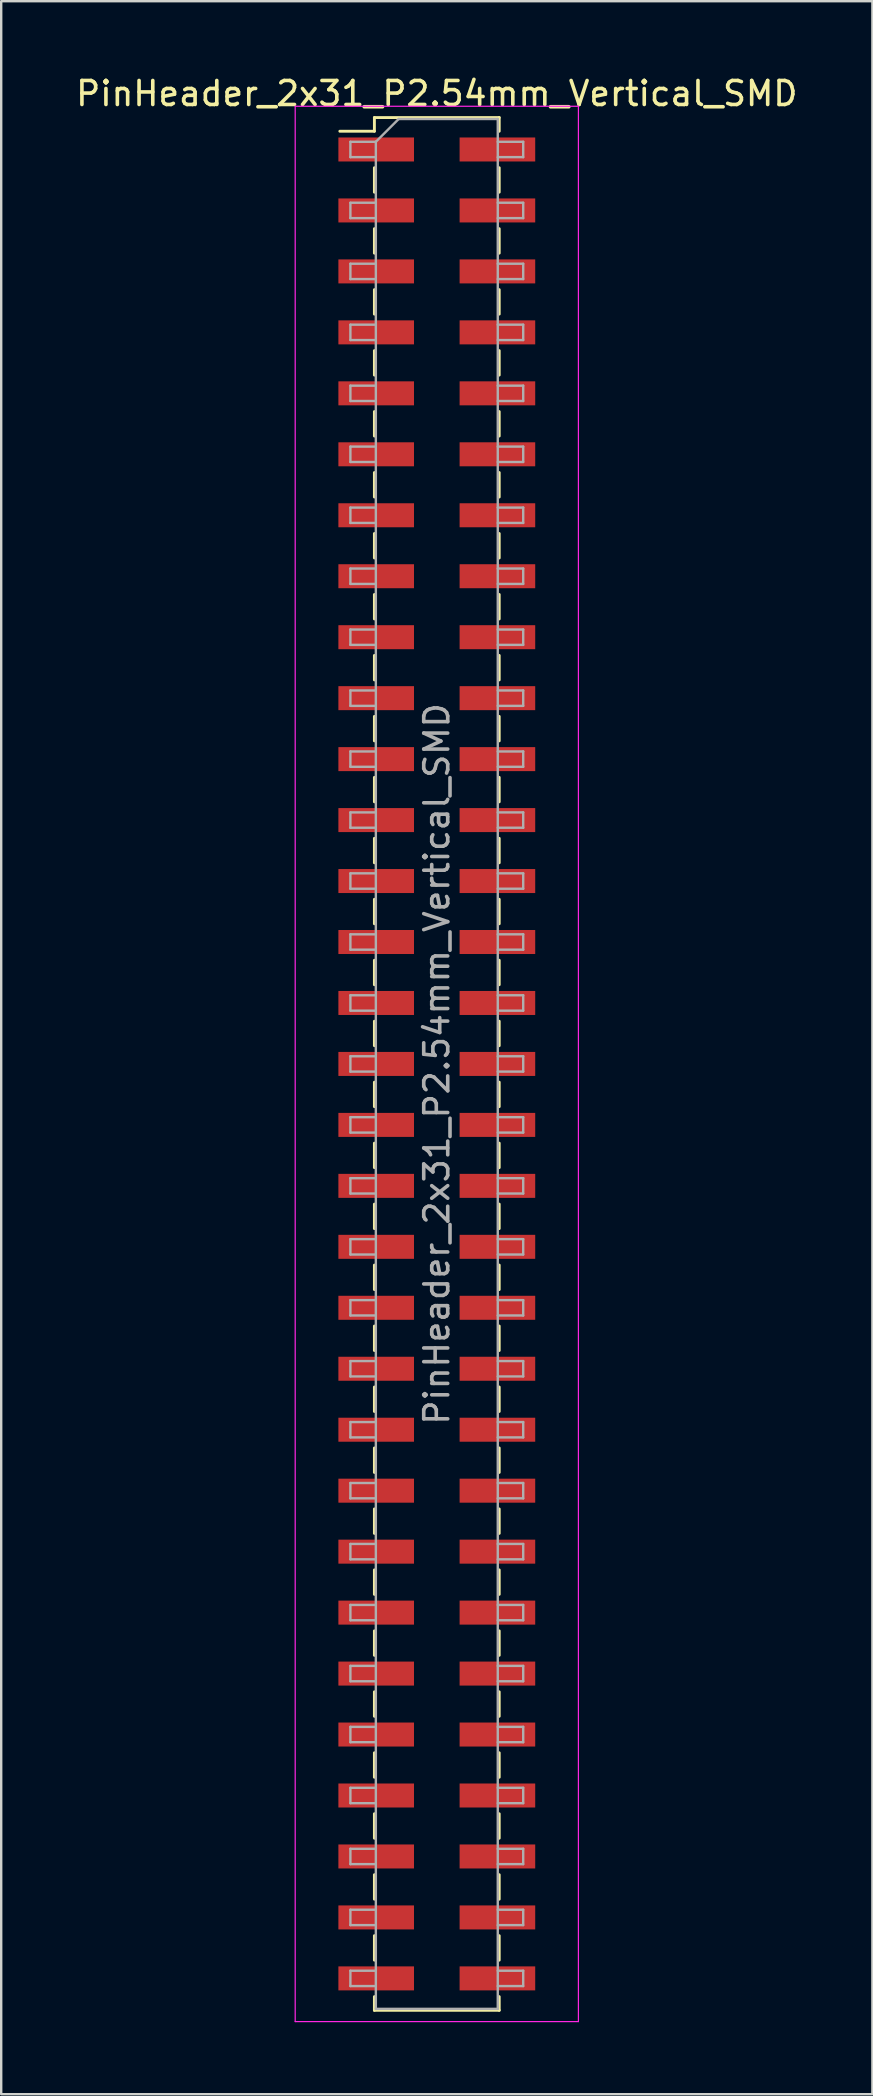
<source format=kicad_pcb>
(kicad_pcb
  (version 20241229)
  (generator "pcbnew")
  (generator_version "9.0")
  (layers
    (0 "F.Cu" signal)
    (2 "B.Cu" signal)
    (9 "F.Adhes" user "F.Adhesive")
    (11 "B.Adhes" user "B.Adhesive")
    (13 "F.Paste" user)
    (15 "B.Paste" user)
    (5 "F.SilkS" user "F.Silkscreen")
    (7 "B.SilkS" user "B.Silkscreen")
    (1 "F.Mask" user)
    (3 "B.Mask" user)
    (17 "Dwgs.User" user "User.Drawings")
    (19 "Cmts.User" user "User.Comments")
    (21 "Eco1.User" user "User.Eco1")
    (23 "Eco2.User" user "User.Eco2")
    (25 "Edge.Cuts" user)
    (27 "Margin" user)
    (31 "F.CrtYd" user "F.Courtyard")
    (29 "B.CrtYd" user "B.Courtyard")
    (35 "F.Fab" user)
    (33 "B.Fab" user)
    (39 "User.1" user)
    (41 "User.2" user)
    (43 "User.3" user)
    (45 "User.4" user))
  (footprint "PinHeader_2x31_P2.54mm_Vertical_SMD"
    (layer "F.Cu")
    (at 15.149 41.278)
    (property "Reference" "PinHeader_2x31_P2.54mm_Vertical_SMD" (at 0 -40.43 0) (layer "F.SilkS") (effects (font (size 1 1) (thickness 0.15))))
    (attr smd)
    (fp_line (start -4.04 -38.86) (end -2.6 -38.86) (stroke (width 0.12) (type solid)) (layer "F.SilkS"))
    (fp_line (start -2.6 -39.43) (end -2.6 -38.86) (stroke (width 0.12) (type solid)) (layer "F.SilkS"))
    (fp_line (start -2.6 -39.43) (end 2.6 -39.43) (stroke (width 0.12) (type solid)) (layer "F.SilkS"))
    (fp_line (start -2.6 -37.34) (end -2.6 -36.32) (stroke (width 0.12) (type solid)) (layer "F.SilkS"))
    (fp_line (start -2.6 -34.8) (end -2.6 -33.78) (stroke (width 0.12) (type solid)) (layer "F.SilkS"))
    (fp_line (start -2.6 -32.26) (end -2.6 -31.24) (stroke (width 0.12) (type solid)) (layer "F.SilkS"))
    (fp_line (start -2.6 -29.72) (end -2.6 -28.7) (stroke (width 0.12) (type solid)) (layer "F.SilkS"))
    (fp_line (start -2.6 -27.18) (end -2.6 -26.16) (stroke (width 0.12) (type solid)) (layer "F.SilkS"))
    (fp_line (start -2.6 -24.64) (end -2.6 -23.62) (stroke (width 0.12) (type solid)) (layer "F.SilkS"))
    (fp_line (start -2.6 -22.1) (end -2.6 -21.08) (stroke (width 0.12) (type solid)) (layer "F.SilkS"))
    (fp_line (start -2.6 -19.56) (end -2.6 -18.54) (stroke (width 0.12) (type solid)) (layer "F.SilkS"))
    (fp_line (start -2.6 -17.02) (end -2.6 -16) (stroke (width 0.12) (type solid)) (layer "F.SilkS"))
    (fp_line (start -2.6 -14.48) (end -2.6 -13.46) (stroke (width 0.12) (type solid)) (layer "F.SilkS"))
    (fp_line (start -2.6 -11.94) (end -2.6 -10.92) (stroke (width 0.12) (type solid)) (layer "F.SilkS"))
    (fp_line (start -2.6 -9.4) (end -2.6 -8.38) (stroke (width 0.12) (type solid)) (layer "F.SilkS"))
    (fp_line (start -2.6 -6.86) (end -2.6 -5.84) (stroke (width 0.12) (type solid)) (layer "F.SilkS"))
    (fp_line (start -2.6 -4.32) (end -2.6 -3.3) (stroke (width 0.12) (type solid)) (layer "F.SilkS"))
    (fp_line (start -2.6 -1.78) (end -2.6 -0.76) (stroke (width 0.12) (type solid)) (layer "F.SilkS"))
    (fp_line (start -2.6 0.76) (end -2.6 1.78) (stroke (width 0.12) (type solid)) (layer "F.SilkS"))
    (fp_line (start -2.6 3.3) (end -2.6 4.32) (stroke (width 0.12) (type solid)) (layer "F.SilkS"))
    (fp_line (start -2.6 5.84) (end -2.6 6.86) (stroke (width 0.12) (type solid)) (layer "F.SilkS"))
    (fp_line (start -2.6 8.38) (end -2.6 9.4) (stroke (width 0.12) (type solid)) (layer "F.SilkS"))
    (fp_line (start -2.6 10.92) (end -2.6 11.94) (stroke (width 0.12) (type solid)) (layer "F.SilkS"))
    (fp_line (start -2.6 13.46) (end -2.6 14.48) (stroke (width 0.12) (type solid)) (layer "F.SilkS"))
    (fp_line (start -2.6 16) (end -2.6 17.02) (stroke (width 0.12) (type solid)) (layer "F.SilkS"))
    (fp_line (start -2.6 18.54) (end -2.6 19.56) (stroke (width 0.12) (type solid)) (layer "F.SilkS"))
    (fp_line (start -2.6 21.08) (end -2.6 22.1) (stroke (width 0.12) (type solid)) (layer "F.SilkS"))
    (fp_line (start -2.6 23.62) (end -2.6 24.64) (stroke (width 0.12) (type solid)) (layer "F.SilkS"))
    (fp_line (start -2.6 26.16) (end -2.6 27.18) (stroke (width 0.12) (type solid)) (layer "F.SilkS"))
    (fp_line (start -2.6 28.7) (end -2.6 29.72) (stroke (width 0.12) (type solid)) (layer "F.SilkS"))
    (fp_line (start -2.6 31.24) (end -2.6 32.26) (stroke (width 0.12) (type solid)) (layer "F.SilkS"))
    (fp_line (start -2.6 33.78) (end -2.6 34.8) (stroke (width 0.12) (type solid)) (layer "F.SilkS"))
    (fp_line (start -2.6 36.32) (end -2.6 37.34) (stroke (width 0.12) (type solid)) (layer "F.SilkS"))
    (fp_line (start -2.6 38.86) (end -2.6 39.43) (stroke (width 0.12) (type solid)) (layer "F.SilkS"))
    (fp_line (start -2.6 39.43) (end 2.6 39.43) (stroke (width 0.12) (type solid)) (layer "F.SilkS"))
    (fp_line (start 2.6 -39.43) (end 2.6 -38.86) (stroke (width 0.12) (type solid)) (layer "F.SilkS"))
    (fp_line (start 2.6 -37.34) (end 2.6 -36.32) (stroke (width 0.12) (type solid)) (layer "F.SilkS"))
    (fp_line (start 2.6 -34.8) (end 2.6 -33.78) (stroke (width 0.12) (type solid)) (layer "F.SilkS"))
    (fp_line (start 2.6 -32.26) (end 2.6 -31.24) (stroke (width 0.12) (type solid)) (layer "F.SilkS"))
    (fp_line (start 2.6 -29.72) (end 2.6 -28.7) (stroke (width 0.12) (type solid)) (layer "F.SilkS"))
    (fp_line (start 2.6 -27.18) (end 2.6 -26.16) (stroke (width 0.12) (type solid)) (layer "F.SilkS"))
    (fp_line (start 2.6 -24.64) (end 2.6 -23.62) (stroke (width 0.12) (type solid)) (layer "F.SilkS"))
    (fp_line (start 2.6 -22.1) (end 2.6 -21.08) (stroke (width 0.12) (type solid)) (layer "F.SilkS"))
    (fp_line (start 2.6 -19.56) (end 2.6 -18.54) (stroke (width 0.12) (type solid)) (layer "F.SilkS"))
    (fp_line (start 2.6 -17.02) (end 2.6 -16) (stroke (width 0.12) (type solid)) (layer "F.SilkS"))
    (fp_line (start 2.6 -14.48) (end 2.6 -13.46) (stroke (width 0.12) (type solid)) (layer "F.SilkS"))
    (fp_line (start 2.6 -11.94) (end 2.6 -10.92) (stroke (width 0.12) (type solid)) (layer "F.SilkS"))
    (fp_line (start 2.6 -9.4) (end 2.6 -8.38) (stroke (width 0.12) (type solid)) (layer "F.SilkS"))
    (fp_line (start 2.6 -6.86) (end 2.6 -5.84) (stroke (width 0.12) (type solid)) (layer "F.SilkS"))
    (fp_line (start 2.6 -4.32) (end 2.6 -3.3) (stroke (width 0.12) (type solid)) (layer "F.SilkS"))
    (fp_line (start 2.6 -1.78) (end 2.6 -0.76) (stroke (width 0.12) (type solid)) (layer "F.SilkS"))
    (fp_line (start 2.6 0.76) (end 2.6 1.78) (stroke (width 0.12) (type solid)) (layer "F.SilkS"))
    (fp_line (start 2.6 3.3) (end 2.6 4.32) (stroke (width 0.12) (type solid)) (layer "F.SilkS"))
    (fp_line (start 2.6 5.84) (end 2.6 6.86) (stroke (width 0.12) (type solid)) (layer "F.SilkS"))
    (fp_line (start 2.6 8.38) (end 2.6 9.4) (stroke (width 0.12) (type solid)) (layer "F.SilkS"))
    (fp_line (start 2.6 10.92) (end 2.6 11.94) (stroke (width 0.12) (type solid)) (layer "F.SilkS"))
    (fp_line (start 2.6 13.46) (end 2.6 14.48) (stroke (width 0.12) (type solid)) (layer "F.SilkS"))
    (fp_line (start 2.6 16) (end 2.6 17.02) (stroke (width 0.12) (type solid)) (layer "F.SilkS"))
    (fp_line (start 2.6 18.54) (end 2.6 19.56) (stroke (width 0.12) (type solid)) (layer "F.SilkS"))
    (fp_line (start 2.6 21.08) (end 2.6 22.1) (stroke (width 0.12) (type solid)) (layer "F.SilkS"))
    (fp_line (start 2.6 23.62) (end 2.6 24.64) (stroke (width 0.12) (type solid)) (layer "F.SilkS"))
    (fp_line (start 2.6 26.16) (end 2.6 27.18) (stroke (width 0.12) (type solid)) (layer "F.SilkS"))
    (fp_line (start 2.6 28.7) (end 2.6 29.72) (stroke (width 0.12) (type solid)) (layer "F.SilkS"))
    (fp_line (start 2.6 31.24) (end 2.6 32.26) (stroke (width 0.12) (type solid)) (layer "F.SilkS"))
    (fp_line (start 2.6 33.78) (end 2.6 34.8) (stroke (width 0.12) (type solid)) (layer "F.SilkS"))
    (fp_line (start 2.6 36.32) (end 2.6 37.34) (stroke (width 0.12) (type solid)) (layer "F.SilkS"))
    (fp_line (start 2.6 38.86) (end 2.6 39.43) (stroke (width 0.12) (type solid)) (layer "F.SilkS"))
    (fp_line (start -5.9 -39.9) (end -5.9 39.9) (stroke (width 0.05) (type solid)) (layer "F.CrtYd"))
    (fp_line (start -5.9 39.9) (end 5.9 39.9) (stroke (width 0.05) (type solid)) (layer "F.CrtYd"))
    (fp_line (start 5.9 -39.9) (end -5.9 -39.9) (stroke (width 0.05) (type solid)) (layer "F.CrtYd"))
    (fp_line (start 5.9 39.9) (end 5.9 -39.9) (stroke (width 0.05) (type solid)) (layer "F.CrtYd"))
    (fp_line (start -3.6 -38.42) (end -3.6 -37.78) (stroke (width 0.1) (type solid)) (layer "F.Fab"))
    (fp_line (start -3.6 -37.78) (end -2.54 -37.78) (stroke (width 0.1) (type solid)) (layer "F.Fab"))
    (fp_line (start -3.6 -35.88) (end -3.6 -35.24) (stroke (width 0.1) (type solid)) (layer "F.Fab"))
    (fp_line (start -3.6 -35.24) (end -2.54 -35.24) (stroke (width 0.1) (type solid)) (layer "F.Fab"))
    (fp_line (start -3.6 -33.34) (end -3.6 -32.7) (stroke (width 0.1) (type solid)) (layer "F.Fab"))
    (fp_line (start -3.6 -32.7) (end -2.54 -32.7) (stroke (width 0.1) (type solid)) (layer "F.Fab"))
    (fp_line (start -3.6 -30.8) (end -3.6 -30.16) (stroke (width 0.1) (type solid)) (layer "F.Fab"))
    (fp_line (start -3.6 -30.16) (end -2.54 -30.16) (stroke (width 0.1) (type solid)) (layer "F.Fab"))
    (fp_line (start -3.6 -28.26) (end -3.6 -27.62) (stroke (width 0.1) (type solid)) (layer "F.Fab"))
    (fp_line (start -3.6 -27.62) (end -2.54 -27.62) (stroke (width 0.1) (type solid)) (layer "F.Fab"))
    (fp_line (start -3.6 -25.72) (end -3.6 -25.08) (stroke (width 0.1) (type solid)) (layer "F.Fab"))
    (fp_line (start -3.6 -25.08) (end -2.54 -25.08) (stroke (width 0.1) (type solid)) (layer "F.Fab"))
    (fp_line (start -3.6 -23.18) (end -3.6 -22.54) (stroke (width 0.1) (type solid)) (layer "F.Fab"))
    (fp_line (start -3.6 -22.54) (end -2.54 -22.54) (stroke (width 0.1) (type solid)) (layer "F.Fab"))
    (fp_line (start -3.6 -20.64) (end -3.6 -20) (stroke (width 0.1) (type solid)) (layer "F.Fab"))
    (fp_line (start -3.6 -20) (end -2.54 -20) (stroke (width 0.1) (type solid)) (layer "F.Fab"))
    (fp_line (start -3.6 -18.1) (end -3.6 -17.46) (stroke (width 0.1) (type solid)) (layer "F.Fab"))
    (fp_line (start -3.6 -17.46) (end -2.54 -17.46) (stroke (width 0.1) (type solid)) (layer "F.Fab"))
    (fp_line (start -3.6 -15.56) (end -3.6 -14.92) (stroke (width 0.1) (type solid)) (layer "F.Fab"))
    (fp_line (start -3.6 -14.92) (end -2.54 -14.92) (stroke (width 0.1) (type solid)) (layer "F.Fab"))
    (fp_line (start -3.6 -13.02) (end -3.6 -12.38) (stroke (width 0.1) (type solid)) (layer "F.Fab"))
    (fp_line (start -3.6 -12.38) (end -2.54 -12.38) (stroke (width 0.1) (type solid)) (layer "F.Fab"))
    (fp_line (start -3.6 -10.48) (end -3.6 -9.84) (stroke (width 0.1) (type solid)) (layer "F.Fab"))
    (fp_line (start -3.6 -9.84) (end -2.54 -9.84) (stroke (width 0.1) (type solid)) (layer "F.Fab"))
    (fp_line (start -3.6 -7.94) (end -3.6 -7.3) (stroke (width 0.1) (type solid)) (layer "F.Fab"))
    (fp_line (start -3.6 -7.3) (end -2.54 -7.3) (stroke (width 0.1) (type solid)) (layer "F.Fab"))
    (fp_line (start -3.6 -5.4) (end -3.6 -4.76) (stroke (width 0.1) (type solid)) (layer "F.Fab"))
    (fp_line (start -3.6 -4.76) (end -2.54 -4.76) (stroke (width 0.1) (type solid)) (layer "F.Fab"))
    (fp_line (start -3.6 -2.86) (end -3.6 -2.22) (stroke (width 0.1) (type solid)) (layer "F.Fab"))
    (fp_line (start -3.6 -2.22) (end -2.54 -2.22) (stroke (width 0.1) (type solid)) (layer "F.Fab"))
    (fp_line (start -3.6 -0.32) (end -3.6 0.32) (stroke (width 0.1) (type solid)) (layer "F.Fab"))
    (fp_line (start -3.6 0.32) (end -2.54 0.32) (stroke (width 0.1) (type solid)) (layer "F.Fab"))
    (fp_line (start -3.6 2.22) (end -3.6 2.86) (stroke (width 0.1) (type solid)) (layer "F.Fab"))
    (fp_line (start -3.6 2.86) (end -2.54 2.86) (stroke (width 0.1) (type solid)) (layer "F.Fab"))
    (fp_line (start -3.6 4.76) (end -3.6 5.4) (stroke (width 0.1) (type solid)) (layer "F.Fab"))
    (fp_line (start -3.6 5.4) (end -2.54 5.4) (stroke (width 0.1) (type solid)) (layer "F.Fab"))
    (fp_line (start -3.6 7.3) (end -3.6 7.94) (stroke (width 0.1) (type solid)) (layer "F.Fab"))
    (fp_line (start -3.6 7.94) (end -2.54 7.94) (stroke (width 0.1) (type solid)) (layer "F.Fab"))
    (fp_line (start -3.6 9.84) (end -3.6 10.48) (stroke (width 0.1) (type solid)) (layer "F.Fab"))
    (fp_line (start -3.6 10.48) (end -2.54 10.48) (stroke (width 0.1) (type solid)) (layer "F.Fab"))
    (fp_line (start -3.6 12.38) (end -3.6 13.02) (stroke (width 0.1) (type solid)) (layer "F.Fab"))
    (fp_line (start -3.6 13.02) (end -2.54 13.02) (stroke (width 0.1) (type solid)) (layer "F.Fab"))
    (fp_line (start -3.6 14.92) (end -3.6 15.56) (stroke (width 0.1) (type solid)) (layer "F.Fab"))
    (fp_line (start -3.6 15.56) (end -2.54 15.56) (stroke (width 0.1) (type solid)) (layer "F.Fab"))
    (fp_line (start -3.6 17.46) (end -3.6 18.1) (stroke (width 0.1) (type solid)) (layer "F.Fab"))
    (fp_line (start -3.6 18.1) (end -2.54 18.1) (stroke (width 0.1) (type solid)) (layer "F.Fab"))
    (fp_line (start -3.6 20) (end -3.6 20.64) (stroke (width 0.1) (type solid)) (layer "F.Fab"))
    (fp_line (start -3.6 20.64) (end -2.54 20.64) (stroke (width 0.1) (type solid)) (layer "F.Fab"))
    (fp_line (start -3.6 22.54) (end -3.6 23.18) (stroke (width 0.1) (type solid)) (layer "F.Fab"))
    (fp_line (start -3.6 23.18) (end -2.54 23.18) (stroke (width 0.1) (type solid)) (layer "F.Fab"))
    (fp_line (start -3.6 25.08) (end -3.6 25.72) (stroke (width 0.1) (type solid)) (layer "F.Fab"))
    (fp_line (start -3.6 25.72) (end -2.54 25.72) (stroke (width 0.1) (type solid)) (layer "F.Fab"))
    (fp_line (start -3.6 27.62) (end -3.6 28.26) (stroke (width 0.1) (type solid)) (layer "F.Fab"))
    (fp_line (start -3.6 28.26) (end -2.54 28.26) (stroke (width 0.1) (type solid)) (layer "F.Fab"))
    (fp_line (start -3.6 30.16) (end -3.6 30.8) (stroke (width 0.1) (type solid)) (layer "F.Fab"))
    (fp_line (start -3.6 30.8) (end -2.54 30.8) (stroke (width 0.1) (type solid)) (layer "F.Fab"))
    (fp_line (start -3.6 32.7) (end -3.6 33.34) (stroke (width 0.1) (type solid)) (layer "F.Fab"))
    (fp_line (start -3.6 33.34) (end -2.54 33.34) (stroke (width 0.1) (type solid)) (layer "F.Fab"))
    (fp_line (start -3.6 35.24) (end -3.6 35.88) (stroke (width 0.1) (type solid)) (layer "F.Fab"))
    (fp_line (start -3.6 35.88) (end -2.54 35.88) (stroke (width 0.1) (type solid)) (layer "F.Fab"))
    (fp_line (start -3.6 37.78) (end -3.6 38.42) (stroke (width 0.1) (type solid)) (layer "F.Fab"))
    (fp_line (start -3.6 38.42) (end -2.54 38.42) (stroke (width 0.1) (type solid)) (layer "F.Fab"))
    (fp_line (start -2.54 -38.42) (end -3.6 -38.42) (stroke (width 0.1) (type solid)) (layer "F.Fab"))
    (fp_line (start -2.54 -38.42) (end -1.59 -39.37) (stroke (width 0.1) (type solid)) (layer "F.Fab"))
    (fp_line (start -2.54 -35.88) (end -3.6 -35.88) (stroke (width 0.1) (type solid)) (layer "F.Fab"))
    (fp_line (start -2.54 -33.34) (end -3.6 -33.34) (stroke (width 0.1) (type solid)) (layer "F.Fab"))
    (fp_line (start -2.54 -30.8) (end -3.6 -30.8) (stroke (width 0.1) (type solid)) (layer "F.Fab"))
    (fp_line (start -2.54 -28.26) (end -3.6 -28.26) (stroke (width 0.1) (type solid)) (layer "F.Fab"))
    (fp_line (start -2.54 -25.72) (end -3.6 -25.72) (stroke (width 0.1) (type solid)) (layer "F.Fab"))
    (fp_line (start -2.54 -23.18) (end -3.6 -23.18) (stroke (width 0.1) (type solid)) (layer "F.Fab"))
    (fp_line (start -2.54 -20.64) (end -3.6 -20.64) (stroke (width 0.1) (type solid)) (layer "F.Fab"))
    (fp_line (start -2.54 -18.1) (end -3.6 -18.1) (stroke (width 0.1) (type solid)) (layer "F.Fab"))
    (fp_line (start -2.54 -15.56) (end -3.6 -15.56) (stroke (width 0.1) (type solid)) (layer "F.Fab"))
    (fp_line (start -2.54 -13.02) (end -3.6 -13.02) (stroke (width 0.1) (type solid)) (layer "F.Fab"))
    (fp_line (start -2.54 -10.48) (end -3.6 -10.48) (stroke (width 0.1) (type solid)) (layer "F.Fab"))
    (fp_line (start -2.54 -7.94) (end -3.6 -7.94) (stroke (width 0.1) (type solid)) (layer "F.Fab"))
    (fp_line (start -2.54 -5.4) (end -3.6 -5.4) (stroke (width 0.1) (type solid)) (layer "F.Fab"))
    (fp_line (start -2.54 -2.86) (end -3.6 -2.86) (stroke (width 0.1) (type solid)) (layer "F.Fab"))
    (fp_line (start -2.54 -0.32) (end -3.6 -0.32) (stroke (width 0.1) (type solid)) (layer "F.Fab"))
    (fp_line (start -2.54 2.22) (end -3.6 2.22) (stroke (width 0.1) (type solid)) (layer "F.Fab"))
    (fp_line (start -2.54 4.76) (end -3.6 4.76) (stroke (width 0.1) (type solid)) (layer "F.Fab"))
    (fp_line (start -2.54 7.3) (end -3.6 7.3) (stroke (width 0.1) (type solid)) (layer "F.Fab"))
    (fp_line (start -2.54 9.84) (end -3.6 9.84) (stroke (width 0.1) (type solid)) (layer "F.Fab"))
    (fp_line (start -2.54 12.38) (end -3.6 12.38) (stroke (width 0.1) (type solid)) (layer "F.Fab"))
    (fp_line (start -2.54 14.92) (end -3.6 14.92) (stroke (width 0.1) (type solid)) (layer "F.Fab"))
    (fp_line (start -2.54 17.46) (end -3.6 17.46) (stroke (width 0.1) (type solid)) (layer "F.Fab"))
    (fp_line (start -2.54 20) (end -3.6 20) (stroke (width 0.1) (type solid)) (layer "F.Fab"))
    (fp_line (start -2.54 22.54) (end -3.6 22.54) (stroke (width 0.1) (type solid)) (layer "F.Fab"))
    (fp_line (start -2.54 25.08) (end -3.6 25.08) (stroke (width 0.1) (type solid)) (layer "F.Fab"))
    (fp_line (start -2.54 27.62) (end -3.6 27.62) (stroke (width 0.1) (type solid)) (layer "F.Fab"))
    (fp_line (start -2.54 30.16) (end -3.6 30.16) (stroke (width 0.1) (type solid)) (layer "F.Fab"))
    (fp_line (start -2.54 32.7) (end -3.6 32.7) (stroke (width 0.1) (type solid)) (layer "F.Fab"))
    (fp_line (start -2.54 35.24) (end -3.6 35.24) (stroke (width 0.1) (type solid)) (layer "F.Fab"))
    (fp_line (start -2.54 37.78) (end -3.6 37.78) (stroke (width 0.1) (type solid)) (layer "F.Fab"))
    (fp_line (start -2.54 39.37) (end -2.54 -38.42) (stroke (width 0.1) (type solid)) (layer "F.Fab"))
    (fp_line (start -1.59 -39.37) (end 2.54 -39.37) (stroke (width 0.1) (type solid)) (layer "F.Fab"))
    (fp_line (start 2.54 -39.37) (end 2.54 39.37) (stroke (width 0.1) (type solid)) (layer "F.Fab"))
    (fp_line (start 2.54 -38.42) (end 3.6 -38.42) (stroke (width 0.1) (type solid)) (layer "F.Fab"))
    (fp_line (start 2.54 -35.88) (end 3.6 -35.88) (stroke (width 0.1) (type solid)) (layer "F.Fab"))
    (fp_line (start 2.54 -33.34) (end 3.6 -33.34) (stroke (width 0.1) (type solid)) (layer "F.Fab"))
    (fp_line (start 2.54 -30.8) (end 3.6 -30.8) (stroke (width 0.1) (type solid)) (layer "F.Fab"))
    (fp_line (start 2.54 -28.26) (end 3.6 -28.26) (stroke (width 0.1) (type solid)) (layer "F.Fab"))
    (fp_line (start 2.54 -25.72) (end 3.6 -25.72) (stroke (width 0.1) (type solid)) (layer "F.Fab"))
    (fp_line (start 2.54 -23.18) (end 3.6 -23.18) (stroke (width 0.1) (type solid)) (layer "F.Fab"))
    (fp_line (start 2.54 -20.64) (end 3.6 -20.64) (stroke (width 0.1) (type solid)) (layer "F.Fab"))
    (fp_line (start 2.54 -18.1) (end 3.6 -18.1) (stroke (width 0.1) (type solid)) (layer "F.Fab"))
    (fp_line (start 2.54 -15.56) (end 3.6 -15.56) (stroke (width 0.1) (type solid)) (layer "F.Fab"))
    (fp_line (start 2.54 -13.02) (end 3.6 -13.02) (stroke (width 0.1) (type solid)) (layer "F.Fab"))
    (fp_line (start 2.54 -10.48) (end 3.6 -10.48) (stroke (width 0.1) (type solid)) (layer "F.Fab"))
    (fp_line (start 2.54 -7.94) (end 3.6 -7.94) (stroke (width 0.1) (type solid)) (layer "F.Fab"))
    (fp_line (start 2.54 -5.4) (end 3.6 -5.4) (stroke (width 0.1) (type solid)) (layer "F.Fab"))
    (fp_line (start 2.54 -2.86) (end 3.6 -2.86) (stroke (width 0.1) (type solid)) (layer "F.Fab"))
    (fp_line (start 2.54 -0.32) (end 3.6 -0.32) (stroke (width 0.1) (type solid)) (layer "F.Fab"))
    (fp_line (start 2.54 2.22) (end 3.6 2.22) (stroke (width 0.1) (type solid)) (layer "F.Fab"))
    (fp_line (start 2.54 4.76) (end 3.6 4.76) (stroke (width 0.1) (type solid)) (layer "F.Fab"))
    (fp_line (start 2.54 7.3) (end 3.6 7.3) (stroke (width 0.1) (type solid)) (layer "F.Fab"))
    (fp_line (start 2.54 9.84) (end 3.6 9.84) (stroke (width 0.1) (type solid)) (layer "F.Fab"))
    (fp_line (start 2.54 12.38) (end 3.6 12.38) (stroke (width 0.1) (type solid)) (layer "F.Fab"))
    (fp_line (start 2.54 14.92) (end 3.6 14.92) (stroke (width 0.1) (type solid)) (layer "F.Fab"))
    (fp_line (start 2.54 17.46) (end 3.6 17.46) (stroke (width 0.1) (type solid)) (layer "F.Fab"))
    (fp_line (start 2.54 20) (end 3.6 20) (stroke (width 0.1) (type solid)) (layer "F.Fab"))
    (fp_line (start 2.54 22.54) (end 3.6 22.54) (stroke (width 0.1) (type solid)) (layer "F.Fab"))
    (fp_line (start 2.54 25.08) (end 3.6 25.08) (stroke (width 0.1) (type solid)) (layer "F.Fab"))
    (fp_line (start 2.54 27.62) (end 3.6 27.62) (stroke (width 0.1) (type solid)) (layer "F.Fab"))
    (fp_line (start 2.54 30.16) (end 3.6 30.16) (stroke (width 0.1) (type solid)) (layer "F.Fab"))
    (fp_line (start 2.54 32.7) (end 3.6 32.7) (stroke (width 0.1) (type solid)) (layer "F.Fab"))
    (fp_line (start 2.54 35.24) (end 3.6 35.24) (stroke (width 0.1) (type solid)) (layer "F.Fab"))
    (fp_line (start 2.54 37.78) (end 3.6 37.78) (stroke (width 0.1) (type solid)) (layer "F.Fab"))
    (fp_line (start 2.54 39.37) (end -2.54 39.37) (stroke (width 0.1) (type solid)) (layer "F.Fab"))
    (fp_line (start 3.6 -38.42) (end 3.6 -37.78) (stroke (width 0.1) (type solid)) (layer "F.Fab"))
    (fp_line (start 3.6 -37.78) (end 2.54 -37.78) (stroke (width 0.1) (type solid)) (layer "F.Fab"))
    (fp_line (start 3.6 -35.88) (end 3.6 -35.24) (stroke (width 0.1) (type solid)) (layer "F.Fab"))
    (fp_line (start 3.6 -35.24) (end 2.54 -35.24) (stroke (width 0.1) (type solid)) (layer "F.Fab"))
    (fp_line (start 3.6 -33.34) (end 3.6 -32.7) (stroke (width 0.1) (type solid)) (layer "F.Fab"))
    (fp_line (start 3.6 -32.7) (end 2.54 -32.7) (stroke (width 0.1) (type solid)) (layer "F.Fab"))
    (fp_line (start 3.6 -30.8) (end 3.6 -30.16) (stroke (width 0.1) (type solid)) (layer "F.Fab"))
    (fp_line (start 3.6 -30.16) (end 2.54 -30.16) (stroke (width 0.1) (type solid)) (layer "F.Fab"))
    (fp_line (start 3.6 -28.26) (end 3.6 -27.62) (stroke (width 0.1) (type solid)) (layer "F.Fab"))
    (fp_line (start 3.6 -27.62) (end 2.54 -27.62) (stroke (width 0.1) (type solid)) (layer "F.Fab"))
    (fp_line (start 3.6 -25.72) (end 3.6 -25.08) (stroke (width 0.1) (type solid)) (layer "F.Fab"))
    (fp_line (start 3.6 -25.08) (end 2.54 -25.08) (stroke (width 0.1) (type solid)) (layer "F.Fab"))
    (fp_line (start 3.6 -23.18) (end 3.6 -22.54) (stroke (width 0.1) (type solid)) (layer "F.Fab"))
    (fp_line (start 3.6 -22.54) (end 2.54 -22.54) (stroke (width 0.1) (type solid)) (layer "F.Fab"))
    (fp_line (start 3.6 -20.64) (end 3.6 -20) (stroke (width 0.1) (type solid)) (layer "F.Fab"))
    (fp_line (start 3.6 -20) (end 2.54 -20) (stroke (width 0.1) (type solid)) (layer "F.Fab"))
    (fp_line (start 3.6 -18.1) (end 3.6 -17.46) (stroke (width 0.1) (type solid)) (layer "F.Fab"))
    (fp_line (start 3.6 -17.46) (end 2.54 -17.46) (stroke (width 0.1) (type solid)) (layer "F.Fab"))
    (fp_line (start 3.6 -15.56) (end 3.6 -14.92) (stroke (width 0.1) (type solid)) (layer "F.Fab"))
    (fp_line (start 3.6 -14.92) (end 2.54 -14.92) (stroke (width 0.1) (type solid)) (layer "F.Fab"))
    (fp_line (start 3.6 -13.02) (end 3.6 -12.38) (stroke (width 0.1) (type solid)) (layer "F.Fab"))
    (fp_line (start 3.6 -12.38) (end 2.54 -12.38) (stroke (width 0.1) (type solid)) (layer "F.Fab"))
    (fp_line (start 3.6 -10.48) (end 3.6 -9.84) (stroke (width 0.1) (type solid)) (layer "F.Fab"))
    (fp_line (start 3.6 -9.84) (end 2.54 -9.84) (stroke (width 0.1) (type solid)) (layer "F.Fab"))
    (fp_line (start 3.6 -7.94) (end 3.6 -7.3) (stroke (width 0.1) (type solid)) (layer "F.Fab"))
    (fp_line (start 3.6 -7.3) (end 2.54 -7.3) (stroke (width 0.1) (type solid)) (layer "F.Fab"))
    (fp_line (start 3.6 -5.4) (end 3.6 -4.76) (stroke (width 0.1) (type solid)) (layer "F.Fab"))
    (fp_line (start 3.6 -4.76) (end 2.54 -4.76) (stroke (width 0.1) (type solid)) (layer "F.Fab"))
    (fp_line (start 3.6 -2.86) (end 3.6 -2.22) (stroke (width 0.1) (type solid)) (layer "F.Fab"))
    (fp_line (start 3.6 -2.22) (end 2.54 -2.22) (stroke (width 0.1) (type solid)) (layer "F.Fab"))
    (fp_line (start 3.6 -0.32) (end 3.6 0.32) (stroke (width 0.1) (type solid)) (layer "F.Fab"))
    (fp_line (start 3.6 0.32) (end 2.54 0.32) (stroke (width 0.1) (type solid)) (layer "F.Fab"))
    (fp_line (start 3.6 2.22) (end 3.6 2.86) (stroke (width 0.1) (type solid)) (layer "F.Fab"))
    (fp_line (start 3.6 2.86) (end 2.54 2.86) (stroke (width 0.1) (type solid)) (layer "F.Fab"))
    (fp_line (start 3.6 4.76) (end 3.6 5.4) (stroke (width 0.1) (type solid)) (layer "F.Fab"))
    (fp_line (start 3.6 5.4) (end 2.54 5.4) (stroke (width 0.1) (type solid)) (layer "F.Fab"))
    (fp_line (start 3.6 7.3) (end 3.6 7.94) (stroke (width 0.1) (type solid)) (layer "F.Fab"))
    (fp_line (start 3.6 7.94) (end 2.54 7.94) (stroke (width 0.1) (type solid)) (layer "F.Fab"))
    (fp_line (start 3.6 9.84) (end 3.6 10.48) (stroke (width 0.1) (type solid)) (layer "F.Fab"))
    (fp_line (start 3.6 10.48) (end 2.54 10.48) (stroke (width 0.1) (type solid)) (layer "F.Fab"))
    (fp_line (start 3.6 12.38) (end 3.6 13.02) (stroke (width 0.1) (type solid)) (layer "F.Fab"))
    (fp_line (start 3.6 13.02) (end 2.54 13.02) (stroke (width 0.1) (type solid)) (layer "F.Fab"))
    (fp_line (start 3.6 14.92) (end 3.6 15.56) (stroke (width 0.1) (type solid)) (layer "F.Fab"))
    (fp_line (start 3.6 15.56) (end 2.54 15.56) (stroke (width 0.1) (type solid)) (layer "F.Fab"))
    (fp_line (start 3.6 17.46) (end 3.6 18.1) (stroke (width 0.1) (type solid)) (layer "F.Fab"))
    (fp_line (start 3.6 18.1) (end 2.54 18.1) (stroke (width 0.1) (type solid)) (layer "F.Fab"))
    (fp_line (start 3.6 20) (end 3.6 20.64) (stroke (width 0.1) (type solid)) (layer "F.Fab"))
    (fp_line (start 3.6 20.64) (end 2.54 20.64) (stroke (width 0.1) (type solid)) (layer "F.Fab"))
    (fp_line (start 3.6 22.54) (end 3.6 23.18) (stroke (width 0.1) (type solid)) (layer "F.Fab"))
    (fp_line (start 3.6 23.18) (end 2.54 23.18) (stroke (width 0.1) (type solid)) (layer "F.Fab"))
    (fp_line (start 3.6 25.08) (end 3.6 25.72) (stroke (width 0.1) (type solid)) (layer "F.Fab"))
    (fp_line (start 3.6 25.72) (end 2.54 25.72) (stroke (width 0.1) (type solid)) (layer "F.Fab"))
    (fp_line (start 3.6 27.62) (end 3.6 28.26) (stroke (width 0.1) (type solid)) (layer "F.Fab"))
    (fp_line (start 3.6 28.26) (end 2.54 28.26) (stroke (width 0.1) (type solid)) (layer "F.Fab"))
    (fp_line (start 3.6 30.16) (end 3.6 30.8) (stroke (width 0.1) (type solid)) (layer "F.Fab"))
    (fp_line (start 3.6 30.8) (end 2.54 30.8) (stroke (width 0.1) (type solid)) (layer "F.Fab"))
    (fp_line (start 3.6 32.7) (end 3.6 33.34) (stroke (width 0.1) (type solid)) (layer "F.Fab"))
    (fp_line (start 3.6 33.34) (end 2.54 33.34) (stroke (width 0.1) (type solid)) (layer "F.Fab"))
    (fp_line (start 3.6 35.24) (end 3.6 35.88) (stroke (width 0.1) (type solid)) (layer "F.Fab"))
    (fp_line (start 3.6 35.88) (end 2.54 35.88) (stroke (width 0.1) (type solid)) (layer "F.Fab"))
    (fp_line (start 3.6 37.78) (end 3.6 38.42) (stroke (width 0.1) (type solid)) (layer "F.Fab"))
    (fp_line (start 3.6 38.42) (end 2.54 38.42) (stroke (width 0.1) (type solid)) (layer "F.Fab"))
    (fp_text user "${REFERENCE}" (at 0 0 90) (layer "F.Fab") (effects (font (size 1 1) (thickness 0.15))))
    (pad "1" smd rect (at -2.525 -38.1) (size 3.15 1) (layers "F.Cu" "F.Mask" "F.Paste"))
    (pad "2" smd rect (at 2.525 -38.1) (size 3.15 1) (layers "F.Cu" "F.Mask" "F.Paste"))
    (pad "3" smd rect (at -2.525 -35.56) (size 3.15 1) (layers "F.Cu" "F.Mask" "F.Paste"))
    (pad "4" smd rect (at 2.525 -35.56) (size 3.15 1) (layers "F.Cu" "F.Mask" "F.Paste"))
    (pad "5" smd rect (at -2.525 -33.02) (size 3.15 1) (layers "F.Cu" "F.Mask" "F.Paste"))
    (pad "6" smd rect (at 2.525 -33.02) (size 3.15 1) (layers "F.Cu" "F.Mask" "F.Paste"))
    (pad "7" smd rect (at -2.525 -30.48) (size 3.15 1) (layers "F.Cu" "F.Mask" "F.Paste"))
    (pad "8" smd rect (at 2.525 -30.48) (size 3.15 1) (layers "F.Cu" "F.Mask" "F.Paste"))
    (pad "9" smd rect (at -2.525 -27.94) (size 3.15 1) (layers "F.Cu" "F.Mask" "F.Paste"))
    (pad "10" smd rect (at 2.525 -27.94) (size 3.15 1) (layers "F.Cu" "F.Mask" "F.Paste"))
    (pad "11" smd rect (at -2.525 -25.4) (size 3.15 1) (layers "F.Cu" "F.Mask" "F.Paste"))
    (pad "12" smd rect (at 2.525 -25.4) (size 3.15 1) (layers "F.Cu" "F.Mask" "F.Paste"))
    (pad "13" smd rect (at -2.525 -22.86) (size 3.15 1) (layers "F.Cu" "F.Mask" "F.Paste"))
    (pad "14" smd rect (at 2.525 -22.86) (size 3.15 1) (layers "F.Cu" "F.Mask" "F.Paste"))
    (pad "15" smd rect (at -2.525 -20.32) (size 3.15 1) (layers "F.Cu" "F.Mask" "F.Paste"))
    (pad "16" smd rect (at 2.525 -20.32) (size 3.15 1) (layers "F.Cu" "F.Mask" "F.Paste"))
    (pad "17" smd rect (at -2.525 -17.78) (size 3.15 1) (layers "F.Cu" "F.Mask" "F.Paste"))
    (pad "18" smd rect (at 2.525 -17.78) (size 3.15 1) (layers "F.Cu" "F.Mask" "F.Paste"))
    (pad "19" smd rect (at -2.525 -15.24) (size 3.15 1) (layers "F.Cu" "F.Mask" "F.Paste"))
    (pad "20" smd rect (at 2.525 -15.24) (size 3.15 1) (layers "F.Cu" "F.Mask" "F.Paste"))
    (pad "21" smd rect (at -2.525 -12.7) (size 3.15 1) (layers "F.Cu" "F.Mask" "F.Paste"))
    (pad "22" smd rect (at 2.525 -12.7) (size 3.15 1) (layers "F.Cu" "F.Mask" "F.Paste"))
    (pad "23" smd rect (at -2.525 -10.16) (size 3.15 1) (layers "F.Cu" "F.Mask" "F.Paste"))
    (pad "24" smd rect (at 2.525 -10.16) (size 3.15 1) (layers "F.Cu" "F.Mask" "F.Paste"))
    (pad "25" smd rect (at -2.525 -7.62) (size 3.15 1) (layers "F.Cu" "F.Mask" "F.Paste"))
    (pad "26" smd rect (at 2.525 -7.62) (size 3.15 1) (layers "F.Cu" "F.Mask" "F.Paste"))
    (pad "27" smd rect (at -2.525 -5.08) (size 3.15 1) (layers "F.Cu" "F.Mask" "F.Paste"))
    (pad "28" smd rect (at 2.525 -5.08) (size 3.15 1) (layers "F.Cu" "F.Mask" "F.Paste"))
    (pad "29" smd rect (at -2.525 -2.54) (size 3.15 1) (layers "F.Cu" "F.Mask" "F.Paste"))
    (pad "30" smd rect (at 2.525 -2.54) (size 3.15 1) (layers "F.Cu" "F.Mask" "F.Paste"))
    (pad "31" smd rect (at -2.525 0) (size 3.15 1) (layers "F.Cu" "F.Mask" "F.Paste"))
    (pad "32" smd rect (at 2.525 0) (size 3.15 1) (layers "F.Cu" "F.Mask" "F.Paste"))
    (pad "33" smd rect (at -2.525 2.54) (size 3.15 1) (layers "F.Cu" "F.Mask" "F.Paste"))
    (pad "34" smd rect (at 2.525 2.54) (size 3.15 1) (layers "F.Cu" "F.Mask" "F.Paste"))
    (pad "35" smd rect (at -2.525 5.08) (size 3.15 1) (layers "F.Cu" "F.Mask" "F.Paste"))
    (pad "36" smd rect (at 2.525 5.08) (size 3.15 1) (layers "F.Cu" "F.Mask" "F.Paste"))
    (pad "37" smd rect (at -2.525 7.62) (size 3.15 1) (layers "F.Cu" "F.Mask" "F.Paste"))
    (pad "38" smd rect (at 2.525 7.62) (size 3.15 1) (layers "F.Cu" "F.Mask" "F.Paste"))
    (pad "39" smd rect (at -2.525 10.16) (size 3.15 1) (layers "F.Cu" "F.Mask" "F.Paste"))
    (pad "40" smd rect (at 2.525 10.16) (size 3.15 1) (layers "F.Cu" "F.Mask" "F.Paste"))
    (pad "41" smd rect (at -2.525 12.7) (size 3.15 1) (layers "F.Cu" "F.Mask" "F.Paste"))
    (pad "42" smd rect (at 2.525 12.7) (size 3.15 1) (layers "F.Cu" "F.Mask" "F.Paste"))
    (pad "43" smd rect (at -2.525 15.24) (size 3.15 1) (layers "F.Cu" "F.Mask" "F.Paste"))
    (pad "44" smd rect (at 2.525 15.24) (size 3.15 1) (layers "F.Cu" "F.Mask" "F.Paste"))
    (pad "45" smd rect (at -2.525 17.78) (size 3.15 1) (layers "F.Cu" "F.Mask" "F.Paste"))
    (pad "46" smd rect (at 2.525 17.78) (size 3.15 1) (layers "F.Cu" "F.Mask" "F.Paste"))
    (pad "47" smd rect (at -2.525 20.32) (size 3.15 1) (layers "F.Cu" "F.Mask" "F.Paste"))
    (pad "48" smd rect (at 2.525 20.32) (size 3.15 1) (layers "F.Cu" "F.Mask" "F.Paste"))
    (pad "49" smd rect (at -2.525 22.86) (size 3.15 1) (layers "F.Cu" "F.Mask" "F.Paste"))
    (pad "50" smd rect (at 2.525 22.86) (size 3.15 1) (layers "F.Cu" "F.Mask" "F.Paste"))
    (pad "51" smd rect (at -2.525 25.4) (size 3.15 1) (layers "F.Cu" "F.Mask" "F.Paste"))
    (pad "52" smd rect (at 2.525 25.4) (size 3.15 1) (layers "F.Cu" "F.Mask" "F.Paste"))
    (pad "53" smd rect (at -2.525 27.94) (size 3.15 1) (layers "F.Cu" "F.Mask" "F.Paste"))
    (pad "54" smd rect (at 2.525 27.94) (size 3.15 1) (layers "F.Cu" "F.Mask" "F.Paste"))
    (pad "55" smd rect (at -2.525 30.48) (size 3.15 1) (layers "F.Cu" "F.Mask" "F.Paste"))
    (pad "56" smd rect (at 2.525 30.48) (size 3.15 1) (layers "F.Cu" "F.Mask" "F.Paste"))
    (pad "57" smd rect (at -2.525 33.02) (size 3.15 1) (layers "F.Cu" "F.Mask" "F.Paste"))
    (pad "58" smd rect (at 2.525 33.02) (size 3.15 1) (layers "F.Cu" "F.Mask" "F.Paste"))
    (pad "59" smd rect (at -2.525 35.56) (size 3.15 1) (layers "F.Cu" "F.Mask" "F.Paste"))
    (pad "60" smd rect (at 2.525 35.56) (size 3.15 1) (layers "F.Cu" "F.Mask" "F.Paste"))
    (pad "61" smd rect (at -2.525 38.1) (size 3.15 1) (layers "F.Cu" "F.Mask" "F.Paste"))
    (pad "62" smd rect (at 2.525 38.1) (size 3.15 1) (layers "F.Cu" "F.Mask" "F.Paste")))
  (gr_rect
    (start -3 -3)
    (end 33.298 84.203)
    (stroke (width 0.1) (type default))
    (fill no)
    (layer "Edge.Cuts")))
</source>
